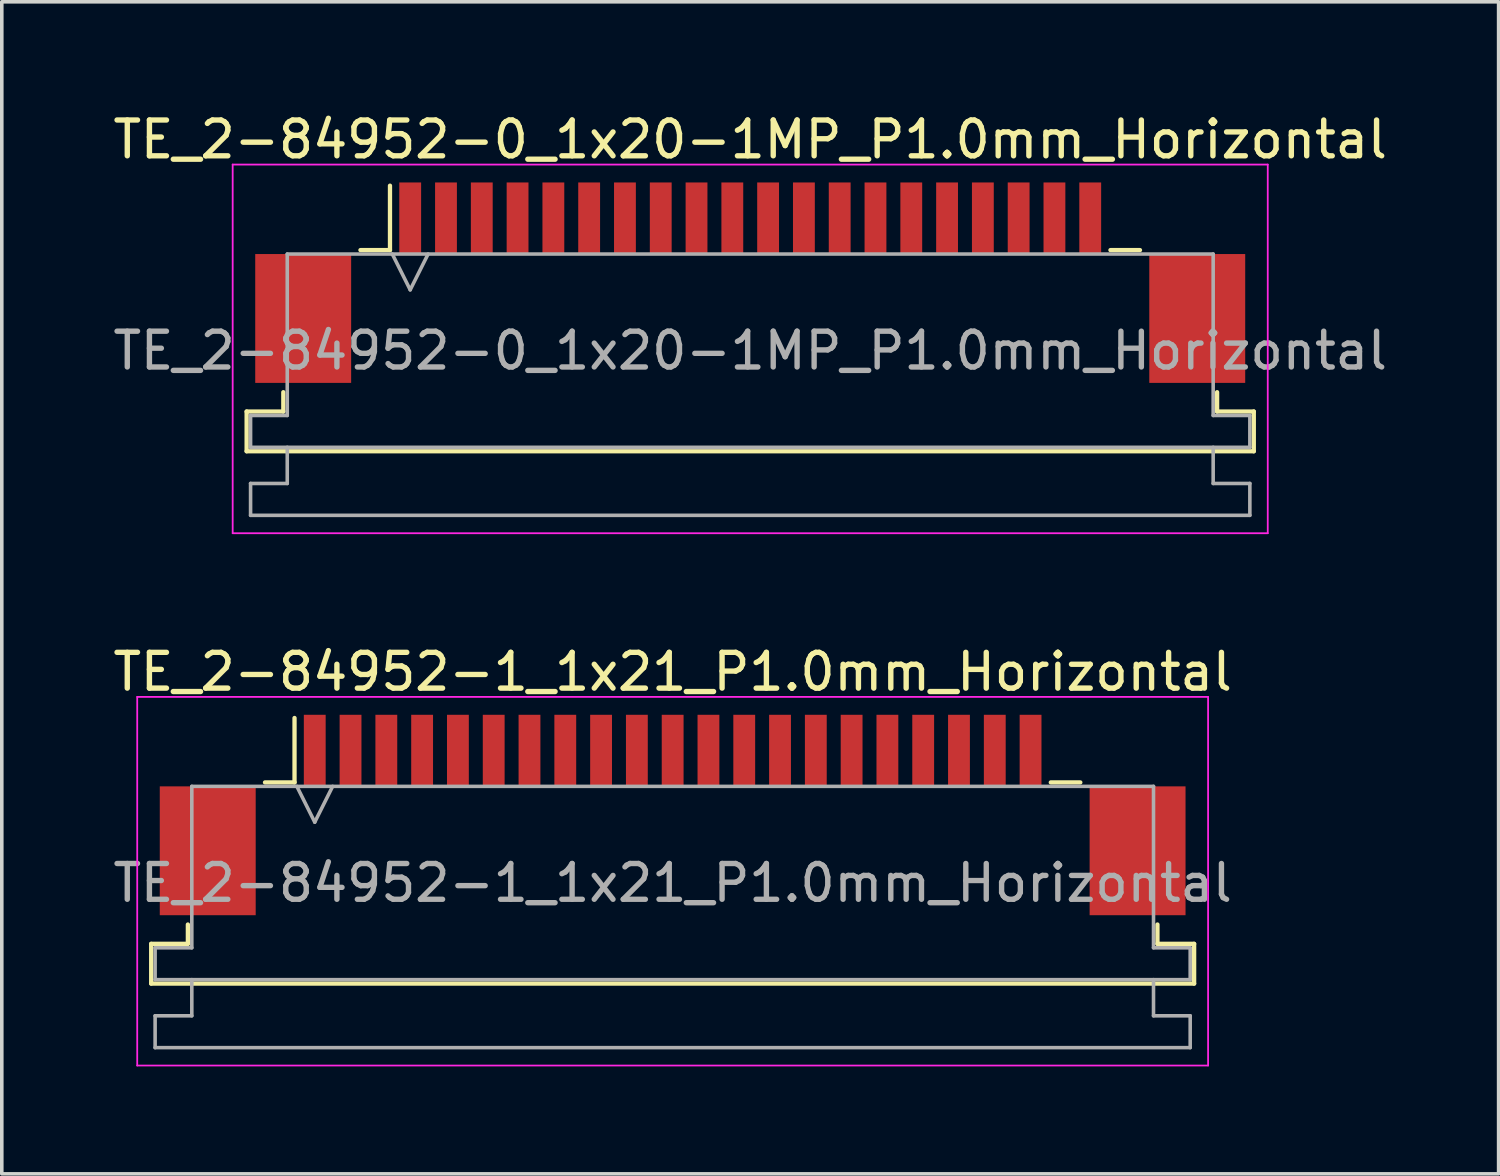
<source format=kicad_pcb>
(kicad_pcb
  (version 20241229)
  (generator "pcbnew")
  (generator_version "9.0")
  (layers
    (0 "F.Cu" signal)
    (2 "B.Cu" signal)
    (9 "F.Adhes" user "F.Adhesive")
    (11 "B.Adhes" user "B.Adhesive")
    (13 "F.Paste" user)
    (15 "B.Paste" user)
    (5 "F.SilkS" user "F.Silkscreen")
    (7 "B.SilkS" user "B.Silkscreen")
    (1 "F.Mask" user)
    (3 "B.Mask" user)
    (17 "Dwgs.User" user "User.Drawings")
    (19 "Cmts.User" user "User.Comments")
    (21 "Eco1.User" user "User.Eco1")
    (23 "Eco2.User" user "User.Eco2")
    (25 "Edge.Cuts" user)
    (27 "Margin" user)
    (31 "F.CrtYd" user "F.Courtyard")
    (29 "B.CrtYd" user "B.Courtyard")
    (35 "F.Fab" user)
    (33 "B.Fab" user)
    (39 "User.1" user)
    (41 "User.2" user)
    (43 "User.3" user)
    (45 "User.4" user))
  (footprint "TE_2-84952-1_1x21_P1.0mm_Horizontal"
    (layer "F.Cu")
    (at 15.744 19.721)
    (property "Reference" "TE_2-84952-1_1x21_P1.0mm_Horizontal" (at 0 -4 0) (layer "F.SilkS") (effects (font (size 1 1) (thickness 0.15))))
    (attr smd)
    (fp_line (start -14.57 3.6) (end -13.545 3.6) (stroke (width 0.12) (type solid)) (layer "F.SilkS"))
    (fp_line (start -14.57 4.71) (end -14.57 3.6) (stroke (width 0.12) (type solid)) (layer "F.SilkS"))
    (fp_line (start -13.545 3.6) (end -13.545 3.06) (stroke (width 0.12) (type solid)) (layer "F.SilkS"))
    (fp_line (start -11.39 -0.91) (end -10.565 -0.91) (stroke (width 0.12) (type solid)) (layer "F.SilkS"))
    (fp_line (start -10.565 -0.91) (end -10.565 -2.71) (stroke (width 0.12) (type solid)) (layer "F.SilkS"))
    (fp_line (start 10.565 -0.91) (end 11.39 -0.91) (stroke (width 0.12) (type solid)) (layer "F.SilkS"))
    (fp_line (start 13.545 3.06) (end 13.545 3.6) (stroke (width 0.12) (type solid)) (layer "F.SilkS"))
    (fp_line (start 13.545 3.6) (end 14.57 3.6) (stroke (width 0.12) (type solid)) (layer "F.SilkS"))
    (fp_line (start 14.57 3.6) (end 14.57 4.71) (stroke (width 0.12) (type solid)) (layer "F.SilkS"))
    (fp_line (start 14.57 4.71) (end -14.57 4.71) (stroke (width 0.12) (type solid)) (layer "F.SilkS"))
    (fp_line (start -14.96 -3.3) (end -14.96 7) (stroke (width 0.05) (type solid)) (layer "F.CrtYd"))
    (fp_line (start -14.96 7) (end 14.96 7) (stroke (width 0.05) (type solid)) (layer "F.CrtYd"))
    (fp_line (start 14.96 -3.3) (end -14.96 -3.3) (stroke (width 0.05) (type solid)) (layer "F.CrtYd"))
    (fp_line (start 14.96 7) (end 14.96 -3.3) (stroke (width 0.05) (type solid)) (layer "F.CrtYd"))
    (fp_line (start -14.46 3.71) (end -13.435 3.71) (stroke (width 0.1) (type solid)) (layer "F.Fab"))
    (fp_line (start -14.46 4.6) (end -14.46 3.71) (stroke (width 0.1) (type solid)) (layer "F.Fab"))
    (fp_line (start -14.46 5.61) (end -13.435 5.61) (stroke (width 0.1) (type solid)) (layer "F.Fab"))
    (fp_line (start -14.46 6.5) (end -14.46 5.61) (stroke (width 0.1) (type solid)) (layer "F.Fab"))
    (fp_line (start -13.435 -0.8) (end 13.435 -0.8) (stroke (width 0.1) (type solid)) (layer "F.Fab"))
    (fp_line (start -13.435 3.71) (end -13.435 -0.8) (stroke (width 0.1) (type solid)) (layer "F.Fab"))
    (fp_line (start -13.435 5.61) (end -13.435 4.6) (stroke (width 0.1) (type solid)) (layer "F.Fab"))
    (fp_line (start -10.5 -0.8) (end -10 0.2) (stroke (width 0.1) (type solid)) (layer "F.Fab"))
    (fp_line (start -10 0.2) (end -9.5 -0.8) (stroke (width 0.1) (type solid)) (layer "F.Fab"))
    (fp_line (start 13.435 -0.8) (end 13.435 3.71) (stroke (width 0.1) (type solid)) (layer "F.Fab"))
    (fp_line (start 13.435 3.71) (end 14.46 3.71) (stroke (width 0.1) (type solid)) (layer "F.Fab"))
    (fp_line (start 13.435 4.6) (end 13.435 5.61) (stroke (width 0.1) (type solid)) (layer "F.Fab"))
    (fp_line (start 13.435 5.61) (end 14.46 5.61) (stroke (width 0.1) (type solid)) (layer "F.Fab"))
    (fp_line (start 14.46 3.71) (end 14.46 4.6) (stroke (width 0.1) (type solid)) (layer "F.Fab"))
    (fp_line (start 14.46 4.6) (end -14.46 4.6) (stroke (width 0.1) (type solid)) (layer "F.Fab"))
    (fp_line (start 14.46 5.61) (end 14.46 6.5) (stroke (width 0.1) (type solid)) (layer "F.Fab"))
    (fp_line (start 14.46 6.5) (end -14.46 6.5) (stroke (width 0.1) (type solid)) (layer "F.Fab"))
    (fp_text user "${REFERENCE}" (at 0 1.9 0) (layer "F.Fab") (effects (font (size 1 1) (thickness 0.15))))
    (pad "" smd rect (at -12.99 1) (size 2.68 3.6) (layers "F.Cu" "F.Mask" "F.Paste"))
    (pad "" smd rect (at 12.99 1) (size 2.68 3.6) (layers "F.Cu" "F.Mask" "F.Paste"))
    (pad "1" smd rect (at -10 -1.8) (size 0.61 2) (layers "F.Cu" "F.Mask" "F.Paste"))
    (pad "2" smd rect (at -9 -1.8) (size 0.61 2) (layers "F.Cu" "F.Mask" "F.Paste"))
    (pad "3" smd rect (at -8 -1.8) (size 0.61 2) (layers "F.Cu" "F.Mask" "F.Paste"))
    (pad "4" smd rect (at -7 -1.8) (size 0.61 2) (layers "F.Cu" "F.Mask" "F.Paste"))
    (pad "5" smd rect (at -6 -1.8) (size 0.61 2) (layers "F.Cu" "F.Mask" "F.Paste"))
    (pad "6" smd rect (at -5 -1.8) (size 0.61 2) (layers "F.Cu" "F.Mask" "F.Paste"))
    (pad "7" smd rect (at -4 -1.8) (size 0.61 2) (layers "F.Cu" "F.Mask" "F.Paste"))
    (pad "8" smd rect (at -3 -1.8) (size 0.61 2) (layers "F.Cu" "F.Mask" "F.Paste"))
    (pad "9" smd rect (at -2 -1.8) (size 0.61 2) (layers "F.Cu" "F.Mask" "F.Paste"))
    (pad "10" smd rect (at -1 -1.8) (size 0.61 2) (layers "F.Cu" "F.Mask" "F.Paste"))
    (pad "11" smd rect (at 0 -1.8) (size 0.61 2) (layers "F.Cu" "F.Mask" "F.Paste"))
    (pad "12" smd rect (at 1 -1.8) (size 0.61 2) (layers "F.Cu" "F.Mask" "F.Paste"))
    (pad "13" smd rect (at 2 -1.8) (size 0.61 2) (layers "F.Cu" "F.Mask" "F.Paste"))
    (pad "14" smd rect (at 3 -1.8) (size 0.61 2) (layers "F.Cu" "F.Mask" "F.Paste"))
    (pad "15" smd rect (at 4 -1.8) (size 0.61 2) (layers "F.Cu" "F.Mask" "F.Paste"))
    (pad "16" smd rect (at 5 -1.8) (size 0.61 2) (layers "F.Cu" "F.Mask" "F.Paste"))
    (pad "17" smd rect (at 6 -1.8) (size 0.61 2) (layers "F.Cu" "F.Mask" "F.Paste"))
    (pad "18" smd rect (at 7 -1.8) (size 0.61 2) (layers "F.Cu" "F.Mask" "F.Paste"))
    (pad "19" smd rect (at 8 -1.8) (size 0.61 2) (layers "F.Cu" "F.Mask" "F.Paste"))
    (pad "20" smd rect (at 9 -1.8) (size 0.61 2) (layers "F.Cu" "F.Mask" "F.Paste"))
    (pad "21" smd rect (at 10 -1.8) (size 0.61 2) (layers "F.Cu" "F.Mask" "F.Paste")))
  (footprint "TE_2-84952-0_1x20-1MP_P1.0mm_Horizontal"
    (layer "F.Cu")
    (at 17.911 4.848)
    (property "Reference" "TE_2-84952-0_1x20-1MP_P1.0mm_Horizontal" (at 0 -4 0) (layer "F.SilkS") (effects (font (size 1 1) (thickness 0.15))))
    (attr smd)
    (fp_line (start -14.07 3.6) (end -13.045 3.6) (stroke (width 0.12) (type solid)) (layer "F.SilkS"))
    (fp_line (start -14.07 4.71) (end -14.07 3.6) (stroke (width 0.12) (type solid)) (layer "F.SilkS"))
    (fp_line (start -13.045 3.6) (end -13.045 3.06) (stroke (width 0.12) (type solid)) (layer "F.SilkS"))
    (fp_line (start -10.89 -0.91) (end -10.065 -0.91) (stroke (width 0.12) (type solid)) (layer "F.SilkS"))
    (fp_line (start -10.065 -0.91) (end -10.065 -2.71) (stroke (width 0.12) (type solid)) (layer "F.SilkS"))
    (fp_line (start 10.065 -0.91) (end 10.89 -0.91) (stroke (width 0.12) (type solid)) (layer "F.SilkS"))
    (fp_line (start 13.045 3.06) (end 13.045 3.6) (stroke (width 0.12) (type solid)) (layer "F.SilkS"))
    (fp_line (start 13.045 3.6) (end 14.07 3.6) (stroke (width 0.12) (type solid)) (layer "F.SilkS"))
    (fp_line (start 14.07 3.6) (end 14.07 4.71) (stroke (width 0.12) (type solid)) (layer "F.SilkS"))
    (fp_line (start 14.07 4.71) (end -14.07 4.71) (stroke (width 0.12) (type solid)) (layer "F.SilkS"))
    (fp_line (start -14.46 -3.3) (end -14.46 7) (stroke (width 0.05) (type solid)) (layer "F.CrtYd"))
    (fp_line (start -14.46 7) (end 14.46 7) (stroke (width 0.05) (type solid)) (layer "F.CrtYd"))
    (fp_line (start 14.46 -3.3) (end -14.46 -3.3) (stroke (width 0.05) (type solid)) (layer "F.CrtYd"))
    (fp_line (start 14.46 7) (end 14.46 -3.3) (stroke (width 0.05) (type solid)) (layer "F.CrtYd"))
    (fp_line (start -13.96 3.71) (end -12.935 3.71) (stroke (width 0.1) (type solid)) (layer "F.Fab"))
    (fp_line (start -13.96 4.6) (end -13.96 3.71) (stroke (width 0.1) (type solid)) (layer "F.Fab"))
    (fp_line (start -13.96 5.61) (end -12.935 5.61) (stroke (width 0.1) (type solid)) (layer "F.Fab"))
    (fp_line (start -13.96 6.5) (end -13.96 5.61) (stroke (width 0.1) (type solid)) (layer "F.Fab"))
    (fp_line (start -12.935 -0.8) (end 12.935 -0.8) (stroke (width 0.1) (type solid)) (layer "F.Fab"))
    (fp_line (start -12.935 3.71) (end -12.935 -0.8) (stroke (width 0.1) (type solid)) (layer "F.Fab"))
    (fp_line (start -12.935 5.61) (end -12.935 4.6) (stroke (width 0.1) (type solid)) (layer "F.Fab"))
    (fp_line (start -10 -0.8) (end -9.5 0.2) (stroke (width 0.1) (type solid)) (layer "F.Fab"))
    (fp_line (start -9.5 0.2) (end -9 -0.8) (stroke (width 0.1) (type solid)) (layer "F.Fab"))
    (fp_line (start 12.935 -0.8) (end 12.935 3.71) (stroke (width 0.1) (type solid)) (layer "F.Fab"))
    (fp_line (start 12.935 3.71) (end 13.96 3.71) (stroke (width 0.1) (type solid)) (layer "F.Fab"))
    (fp_line (start 12.935 4.6) (end 12.935 5.61) (stroke (width 0.1) (type solid)) (layer "F.Fab"))
    (fp_line (start 12.935 5.61) (end 13.96 5.61) (stroke (width 0.1) (type solid)) (layer "F.Fab"))
    (fp_line (start 13.96 3.71) (end 13.96 4.6) (stroke (width 0.1) (type solid)) (layer "F.Fab"))
    (fp_line (start 13.96 4.6) (end -13.96 4.6) (stroke (width 0.1) (type solid)) (layer "F.Fab"))
    (fp_line (start 13.96 5.61) (end 13.96 6.5) (stroke (width 0.1) (type solid)) (layer "F.Fab"))
    (fp_line (start 13.96 6.5) (end -13.96 6.5) (stroke (width 0.1) (type solid)) (layer "F.Fab"))
    (fp_text user "${REFERENCE}" (at 0 1.9 0) (layer "F.Fab") (effects (font (size 1 1) (thickness 0.15))))
    (pad "1" smd rect (at -9.5 -1.8) (size 0.61 2) (layers "F.Cu" "F.Mask" "F.Paste"))
    (pad "2" smd rect (at -8.5 -1.8) (size 0.61 2) (layers "F.Cu" "F.Mask" "F.Paste"))
    (pad "3" smd rect (at -7.5 -1.8) (size 0.61 2) (layers "F.Cu" "F.Mask" "F.Paste"))
    (pad "4" smd rect (at -6.5 -1.8) (size 0.61 2) (layers "F.Cu" "F.Mask" "F.Paste"))
    (pad "5" smd rect (at -5.5 -1.8) (size 0.61 2) (layers "F.Cu" "F.Mask" "F.Paste"))
    (pad "6" smd rect (at -4.5 -1.8) (size 0.61 2) (layers "F.Cu" "F.Mask" "F.Paste"))
    (pad "7" smd rect (at -3.5 -1.8) (size 0.61 2) (layers "F.Cu" "F.Mask" "F.Paste"))
    (pad "8" smd rect (at -2.5 -1.8) (size 0.61 2) (layers "F.Cu" "F.Mask" "F.Paste"))
    (pad "9" smd rect (at -1.5 -1.8) (size 0.61 2) (layers "F.Cu" "F.Mask" "F.Paste"))
    (pad "10" smd rect (at -0.5 -1.8) (size 0.61 2) (layers "F.Cu" "F.Mask" "F.Paste"))
    (pad "11" smd rect (at 0.5 -1.8) (size 0.61 2) (layers "F.Cu" "F.Mask" "F.Paste"))
    (pad "12" smd rect (at 1.5 -1.8) (size 0.61 2) (layers "F.Cu" "F.Mask" "F.Paste"))
    (pad "13" smd rect (at 2.5 -1.8) (size 0.61 2) (layers "F.Cu" "F.Mask" "F.Paste"))
    (pad "14" smd rect (at 3.5 -1.8) (size 0.61 2) (layers "F.Cu" "F.Mask" "F.Paste"))
    (pad "15" smd rect (at 4.5 -1.8) (size 0.61 2) (layers "F.Cu" "F.Mask" "F.Paste"))
    (pad "16" smd rect (at 5.5 -1.8) (size 0.61 2) (layers "F.Cu" "F.Mask" "F.Paste"))
    (pad "17" smd rect (at 6.5 -1.8) (size 0.61 2) (layers "F.Cu" "F.Mask" "F.Paste"))
    (pad "18" smd rect (at 7.5 -1.8) (size 0.61 2) (layers "F.Cu" "F.Mask" "F.Paste"))
    (pad "19" smd rect (at 8.5 -1.8) (size 0.61 2) (layers "F.Cu" "F.Mask" "F.Paste"))
    (pad "20" smd rect (at 9.5 -1.8) (size 0.61 2) (layers "F.Cu" "F.Mask" "F.Paste"))
    (pad "MP" smd rect (at -12.49 1) (size 2.68 3.6) (layers "F.Cu" "F.Mask" "F.Paste"))
    (pad "MP" smd rect (at 12.49 1) (size 2.68 3.6) (layers "F.Cu" "F.Mask" "F.Paste")))
  (gr_rect
    (start -3 -3)
    (end 38.821 29.747)
    (stroke (width 0.1) (type default))
    (fill no)
    (layer "Edge.Cuts")))
</source>
